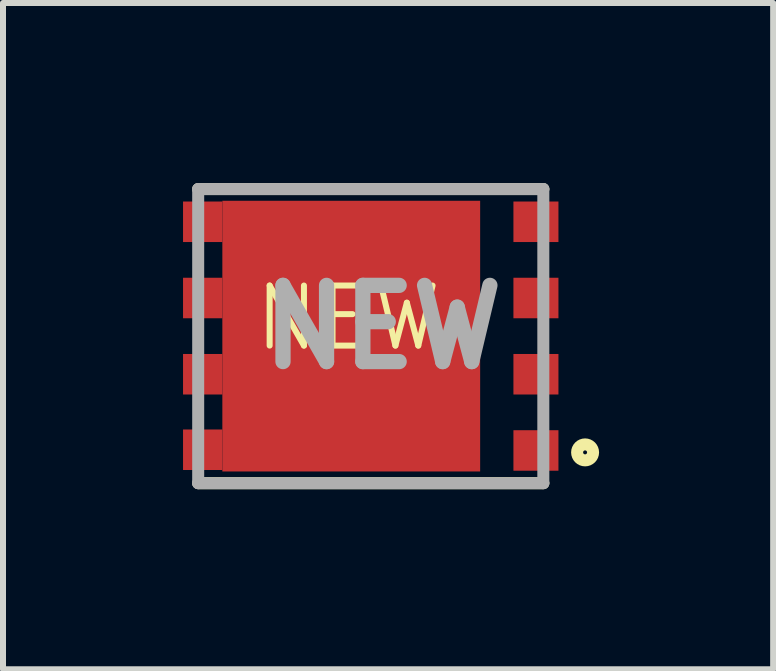
<source format=kicad_pcb>
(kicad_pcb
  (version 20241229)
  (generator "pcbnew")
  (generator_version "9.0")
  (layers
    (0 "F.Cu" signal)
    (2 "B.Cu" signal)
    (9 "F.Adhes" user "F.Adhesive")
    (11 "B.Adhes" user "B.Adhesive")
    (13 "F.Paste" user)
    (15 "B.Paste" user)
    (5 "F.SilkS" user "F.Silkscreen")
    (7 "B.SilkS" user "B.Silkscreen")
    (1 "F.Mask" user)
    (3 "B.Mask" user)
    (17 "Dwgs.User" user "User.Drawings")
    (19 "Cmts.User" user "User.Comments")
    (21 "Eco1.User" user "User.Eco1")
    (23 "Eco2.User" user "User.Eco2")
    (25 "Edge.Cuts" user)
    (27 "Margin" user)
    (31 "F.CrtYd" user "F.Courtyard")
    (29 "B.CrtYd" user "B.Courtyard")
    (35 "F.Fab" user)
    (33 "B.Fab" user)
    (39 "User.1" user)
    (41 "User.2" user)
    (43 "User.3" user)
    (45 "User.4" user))
  (footprint "NEW"
    (layer "F.Cu")
    (at 2.752 2.75)
    (property "Reference" "NEW" (at 0 -0.5 0) (unlocked yes) (layer "F.SilkS") (effects (font (size 1 1) (thickness 0.1))))
    (attr smd)
    (fp_line (start -2.5 -2.65) (end 3.25 -2.65) (stroke (width 0.2) (type solid)) (layer "F.SilkS"))
    (fp_line (start 3.25 2.25) (end -2.5 2.25) (stroke (width 0.2) (type solid)) (layer "F.SilkS"))
    (fp_circle (center 3.946 1.737) (end 3.946 1.77) (stroke (width 0.2) (type solid)) (fill no) (layer "F.SilkS"))
    (fp_line (start -2.5 -2.65) (end 3.25 -2.65) (stroke (width 0.2) (type solid)) (layer "F.Fab"))
    (fp_line (start -2.5 2.25) (end -2.5 -2.65) (stroke (width 0.2) (type solid)) (layer "F.Fab"))
    (fp_line (start 3.25 -2.65) (end 3.25 2.25) (stroke (width 0.2) (type solid)) (layer "F.Fab"))
    (fp_line (start 3.25 2.25) (end -2.5 2.25) (stroke (width 0.2) (type solid)) (layer "F.Fab"))
    (fp_text user "${REFERENCE}" (at 0.576 -0.35 0) (layer "F.Fab") (effects (font (size 1.27 1.27) (thickness 0.254))))
    (pad "1" smd rect (at 3.127 -0.835 90) (size 0.675 0.75) (layers "F.Cu" "F.Mask" "F.Paste"))
    (pad "1" smd rect (at 3.127 0.435 90) (size 0.675 0.75) (layers "F.Cu" "F.Mask" "F.Paste"))
    (pad "1" smd rect (at 3.127 1.705 90) (size 0.675 0.75) (layers "F.Cu" "F.Mask" "F.Paste"))
    (pad "2" smd rect (at 3.127 -2.105 90) (size 0.675 0.75) (layers "F.Cu" "F.Mask" "F.Paste"))
    (pad "3" smd rect (at -2.425 -2.105) (size 0.655 0.675) (layers "F.Cu" "F.Mask" "F.Paste"))
    (pad "3" smd rect (at -2.425 -0.835) (size 0.655 0.675) (layers "F.Cu" "F.Mask" "F.Paste"))
    (pad "3" smd rect (at -2.425 0.435) (size 0.655 0.675) (layers "F.Cu" "F.Mask" "F.Paste"))
    (pad "3" smd rect (at -2.425 1.693) (size 0.655 0.675) (layers "F.Cu" "F.Mask" "F.Paste"))
    (pad "3" smd rect (at 0.05 -0.2) (size 4.295 4.51) (layers "F.Cu" "F.Mask" "F.Paste")))
  (gr_rect
    (start -3 -3)
    (end 9.831 8.1)
    (stroke (width 0.1) (type default))
    (fill no)
    (layer "Edge.Cuts")))
</source>
